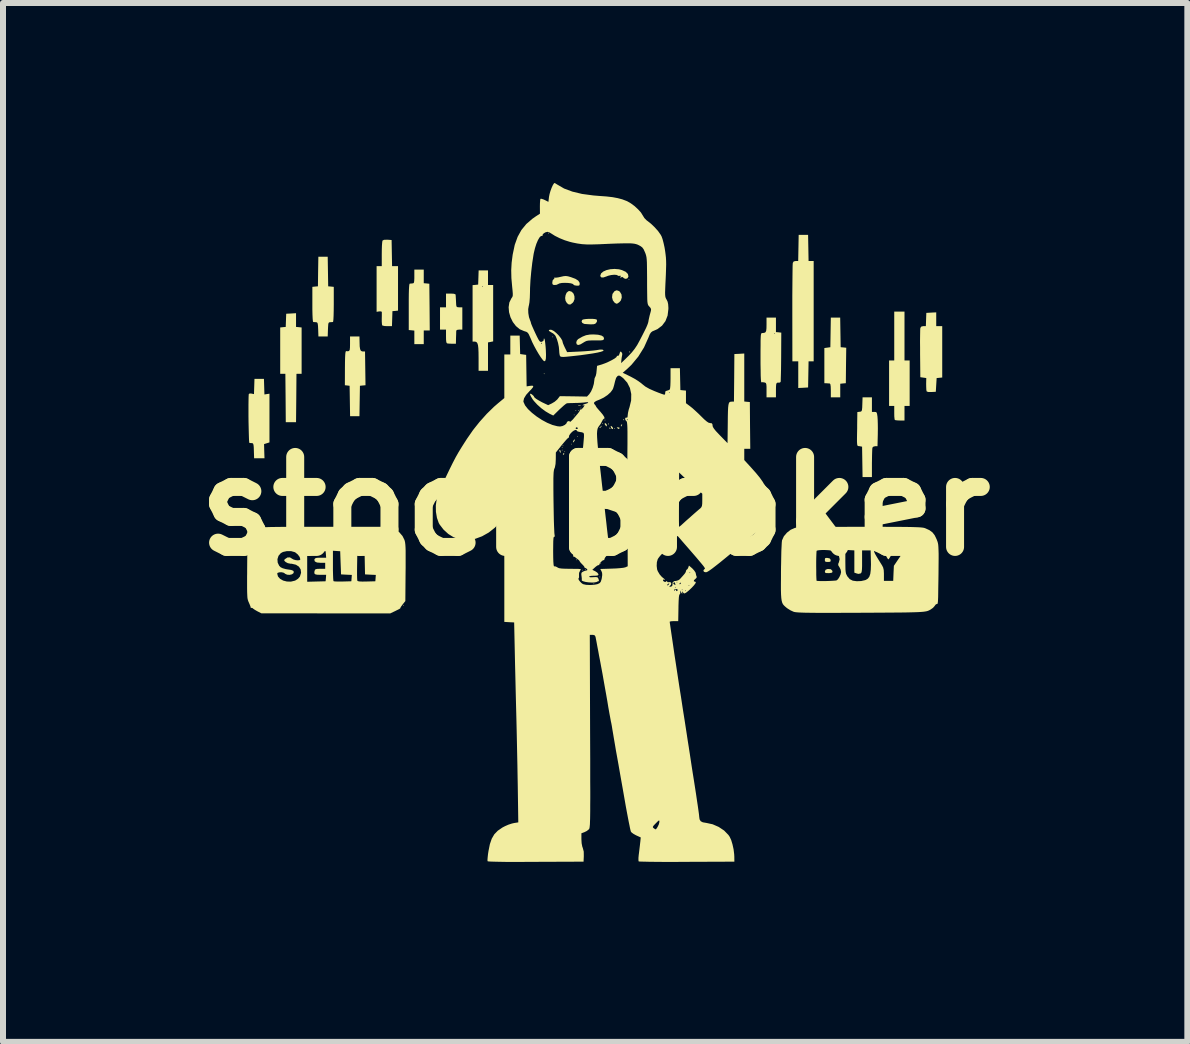
<source format=kicad_pcb>
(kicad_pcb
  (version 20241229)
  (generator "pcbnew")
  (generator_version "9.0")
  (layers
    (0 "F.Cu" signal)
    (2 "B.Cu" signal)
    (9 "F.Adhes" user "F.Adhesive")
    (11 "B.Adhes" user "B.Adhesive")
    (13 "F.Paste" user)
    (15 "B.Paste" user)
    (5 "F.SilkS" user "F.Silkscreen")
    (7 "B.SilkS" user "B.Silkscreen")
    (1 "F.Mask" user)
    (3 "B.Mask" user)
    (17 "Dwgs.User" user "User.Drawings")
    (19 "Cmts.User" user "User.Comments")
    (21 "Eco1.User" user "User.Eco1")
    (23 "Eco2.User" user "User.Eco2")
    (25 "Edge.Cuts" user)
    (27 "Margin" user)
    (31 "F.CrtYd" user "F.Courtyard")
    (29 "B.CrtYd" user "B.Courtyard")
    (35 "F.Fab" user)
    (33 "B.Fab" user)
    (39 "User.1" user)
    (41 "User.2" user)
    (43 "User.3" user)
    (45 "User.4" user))
  (footprint "stockBroker"
    (layer "F.Cu")
    (at 6.871 5.389)
    (property "Reference" "stockBroker" (at 0 0 0) (layer "F.SilkS") (effects (font (size 1.5 1.5) (thickness 0.3))))
    (attr board_only exclude_from_pos_files exclude_from_bom)
    (fp_poly (pts (xy -3.186 1.651) (xy -3.193 1.658) (xy -3.2 1.651) (xy -3.193 1.644)) (stroke (width 0) (type solid)) (fill yes) (layer "F.SilkS"))
    (fp_poly (pts (xy -0.843 -2.208) (xy -0.85 -2.201) (xy -0.857 -2.208) (xy -0.85 -2.216)) (stroke (width 0) (type solid)) (fill yes) (layer "F.SilkS"))
    (fp_poly (pts (xy -0.771 -4.553) (xy -0.779 -4.545) (xy -0.786 -4.553) (xy -0.779 -4.56)) (stroke (width 0) (type solid)) (fill yes) (layer "F.SilkS"))
    (fp_poly (pts (xy -0.7 -2.823) (xy -0.707 -2.816) (xy -0.714 -2.823) (xy -0.707 -2.83)) (stroke (width 0) (type solid)) (fill yes) (layer "F.SilkS"))
    (fp_poly (pts (xy -0.543 -0.979) (xy -0.55 -0.972) (xy -0.557 -0.979) (xy -0.55 -0.986)) (stroke (width 0) (type solid)) (fill yes) (layer "F.SilkS"))
    (fp_poly (pts (xy -0.543 -0.936) (xy -0.55 -0.929) (xy -0.557 -0.936) (xy -0.55 -0.943)) (stroke (width 0) (type solid)) (fill yes) (layer "F.SilkS"))
    (fp_poly (pts (xy -0.529 -1.008) (xy -0.536 -1.001) (xy -0.543 -1.008) (xy -0.536 -1.015)) (stroke (width 0) (type solid)) (fill yes) (layer "F.SilkS"))
    (fp_poly (pts (xy -0.5 -0.908) (xy -0.507 -0.901) (xy -0.514 -0.908) (xy -0.507 -0.915)) (stroke (width 0) (type solid)) (fill yes) (layer "F.SilkS"))
    (fp_poly (pts (xy -0.386 -1.036) (xy -0.393 -1.029) (xy -0.4 -1.036) (xy -0.393 -1.043)) (stroke (width 0) (type solid)) (fill yes) (layer "F.SilkS"))
    (fp_poly (pts (xy -0.343 -1.522) (xy -0.35 -1.515) (xy -0.357 -1.522) (xy -0.35 -1.529)) (stroke (width 0) (type solid)) (fill yes) (layer "F.SilkS"))
    (fp_poly (pts (xy -0.314 -1.594) (xy -0.321 -1.587) (xy -0.329 -1.594) (xy -0.321 -1.601)) (stroke (width 0) (type solid)) (fill yes) (layer "F.SilkS"))
    (fp_poly (pts (xy -0.3 0.893) (xy -0.307 0.901) (xy -0.314 0.893) (xy -0.307 0.886)) (stroke (width 0) (type solid)) (fill yes) (layer "F.SilkS"))
    (fp_poly (pts (xy -0.286 -1.165) (xy -0.293 -1.158) (xy -0.3 -1.165) (xy -0.293 -1.172)) (stroke (width 0) (type solid)) (fill yes) (layer "F.SilkS"))
    (fp_poly (pts (xy -0.271 -1.594) (xy -0.279 -1.587) (xy -0.286 -1.594) (xy -0.279 -1.601)) (stroke (width 0) (type solid)) (fill yes) (layer "F.SilkS"))
    (fp_poly (pts (xy -0.229 -1.637) (xy -0.236 -1.629) (xy -0.243 -1.637) (xy -0.236 -1.644)) (stroke (width 0) (type solid)) (fill yes) (layer "F.SilkS"))
    (fp_poly (pts (xy -0.2 1.065) (xy -0.207 1.072) (xy -0.214 1.065) (xy -0.207 1.058)) (stroke (width 0) (type solid)) (fill yes) (layer "F.SilkS"))
    (fp_poly (pts (xy -0.157 1.051) (xy -0.164 1.058) (xy -0.171 1.051) (xy -0.164 1.043)) (stroke (width 0) (type solid)) (fill yes) (layer "F.SilkS"))
    (fp_poly (pts (xy -0.014 1.294) (xy -0.021 1.301) (xy -0.029 1.294) (xy -0.021 1.286)) (stroke (width 0) (type solid)) (fill yes) (layer "F.SilkS"))
    (fp_poly (pts (xy 0.086 1.179) (xy 0.079 1.186) (xy 0.071 1.179) (xy 0.079 1.172)) (stroke (width 0) (type solid)) (fill yes) (layer "F.SilkS"))
    (fp_poly (pts (xy 0.1 0.951) (xy 0.093 0.958) (xy 0.086 0.951) (xy 0.093 0.943)) (stroke (width 0) (type solid)) (fill yes) (layer "F.SilkS"))
    (fp_poly (pts (xy 0.129 -1.379) (xy 0.121 -1.372) (xy 0.114 -1.379) (xy 0.121 -1.386)) (stroke (width 0) (type solid)) (fill yes) (layer "F.SilkS"))
    (fp_poly (pts (xy 0.171 -1.437) (xy 0.164 -1.429) (xy 0.157 -1.437) (xy 0.164 -1.444)) (stroke (width 0) (type solid)) (fill yes) (layer "F.SilkS"))
    (fp_poly (pts (xy 0.329 -1.294) (xy 0.321 -1.286) (xy 0.314 -1.294) (xy 0.321 -1.301)) (stroke (width 0) (type solid)) (fill yes) (layer "F.SilkS"))
    (fp_poly (pts (xy 0.571 -3.781) (xy 0.564 -3.774) (xy 0.557 -3.781) (xy 0.564 -3.788)) (stroke (width 0) (type solid)) (fill yes) (layer "F.SilkS"))
    (fp_poly (pts (xy 0.224 -1.382) (xy 0.226 -1.365) (xy 0.224 -1.363) (xy 0.215 -1.365) (xy 0.214 -1.372) (xy 0.22 -1.384)) (stroke (width 0) (type solid)) (fill yes) (layer "F.SilkS"))
    (fp_poly (pts (xy 0.481 -1.453) (xy 0.483 -1.436) (xy 0.481 -1.434) (xy 0.472 -1.436) (xy 0.471 -1.444) (xy 0.477 -1.455)) (stroke (width 0) (type solid)) (fill yes) (layer "F.SilkS"))
    (fp_poly (pts (xy 0.509 0.582) (xy 0.511 0.612) (xy 0.509 0.618) (xy 0.504 0.62) (xy 0.502 0.6) (xy 0.504 0.58)) (stroke (width 0) (type solid)) (fill yes) (layer "F.SilkS"))
    (fp_poly (pts (xy 0.581 -2.582) (xy 0.583 -2.565) (xy 0.581 -2.563) (xy 0.572 -2.565) (xy 0.571 -2.573) (xy 0.577 -2.585)) (stroke (width 0) (type solid)) (fill yes) (layer "F.SilkS"))
    (fp_poly (pts (xy 0.241 -1.309) (xy 0.256 -1.295) (xy 0.253 -1.287) (xy 0.251 -1.286) (xy 0.239 -1.297) (xy 0.234 -1.303) (xy 0.233 -1.313)) (stroke (width 0) (type solid)) (fill yes) (layer "F.SilkS"))
    (fp_poly (pts (xy 0.451 -1.363) (xy 0.448 -1.352) (xy 0.437 -1.331) (xy 0.429 -1.335) (xy 0.429 -1.343) (xy 0.439 -1.362) (xy 0.443 -1.365)) (stroke (width 0) (type solid)) (fill yes) (layer "F.SilkS"))
    (fp_poly (pts (xy -0.583 -0.936) (xy -0.577 -0.923) (xy -0.573 -0.899) (xy -0.575 -0.892) (xy -0.585 -0.897) (xy -0.591 -0.909) (xy -0.596 -0.933) (xy -0.594 -0.94)) (stroke (width 0) (type solid)) (fill yes) (layer "F.SilkS"))
    (fp_poly (pts (xy -0.514 -0.875) (xy -0.514 -0.872) (xy -0.525 -0.858) (xy -0.529 -0.858) (xy -0.538 -0.866) (xy -0.536 -0.872) (xy -0.523 -0.886) (xy -0.521 -0.886)) (stroke (width 0) (type solid)) (fill yes) (layer "F.SilkS"))
    (fp_poly (pts (xy -0.338 -1.114) (xy -0.34 -1.099) (xy -0.351 -1.08) (xy -0.366 -1.064) (xy -0.371 -1.066) (xy -0.365 -1.088) (xy -0.351 -1.108) (xy -0.339 -1.115)) (stroke (width 0) (type solid)) (fill yes) (layer "F.SilkS"))
    (fp_poly (pts (xy -0.239 -1.682) (xy -0.239 -1.677) (xy -0.261 -1.675) (xy -0.264 -1.675) (xy -0.286 -1.677) (xy -0.284 -1.682) (xy -0.282 -1.682) (xy -0.251 -1.684)) (stroke (width 0) (type solid)) (fill yes) (layer "F.SilkS"))
    (fp_poly (pts (xy 0.11 -1.336) (xy 0.102 -1.326) (xy 0.081 -1.304) (xy 0.072 -1.304) (xy 0.071 -1.306) (xy 0.081 -1.318) (xy 0.096 -1.331) (xy 0.113 -1.344)) (stroke (width 0) (type solid)) (fill yes) (layer "F.SilkS"))
    (fp_poly (pts (xy 0.19 -1.366) (xy 0.194 -1.354) (xy 0.195 -1.332) (xy 0.186 -1.335) (xy 0.174 -1.346) (xy 0.159 -1.369) (xy 0.161 -1.383) (xy 0.174 -1.383)) (stroke (width 0) (type solid)) (fill yes) (layer "F.SilkS"))
    (fp_poly (pts (xy 0.279 -1.329) (xy 0.297 -1.307) (xy 0.298 -1.29) (xy 0.287 -1.286) (xy 0.272 -1.298) (xy 0.266 -1.309) (xy 0.258 -1.336) (xy 0.265 -1.339)) (stroke (width 0) (type solid)) (fill yes) (layer "F.SilkS"))
    (fp_poly (pts (xy 0.405 -1.31) (xy 0.407 -1.301) (xy 0.398 -1.289) (xy 0.386 -1.291) (xy 0.371 -1.301) (xy 0.36 -1.311) (xy 0.375 -1.315) (xy 0.383 -1.315)) (stroke (width 0) (type solid)) (fill yes) (layer "F.SilkS"))
    (fp_poly (pts (xy 3.875 0.862) (xy 3.91 0.87) (xy 3.924 0.889) (xy 3.926 0.897) (xy 3.925 0.919) (xy 3.91 0.927) (xy 3.88 0.929) (xy 3.845 0.927) (xy 3.831 0.915) (xy 3.829 0.894) (xy 3.832 0.869) (xy 3.849 0.861)) (stroke (width 0) (type solid)) (fill yes) (layer "F.SilkS"))
    (fp_poly (pts (xy 3.929 1.05) (xy 3.953 1.074) (xy 3.957 1.097) (xy 3.943 1.109) (xy 3.903 1.115) (xy 3.892 1.115) (xy 3.852 1.114) (xy 3.834 1.107) (xy 3.83 1.092) (xy 3.831 1.083) (xy 3.842 1.059) (xy 3.869 1.048) (xy 3.884 1.046)) (stroke (width 0) (type solid)) (fill yes) (layer "F.SilkS"))
    (fp_poly (pts (xy -0.389 -3.575) (xy -0.36 -3.544) (xy -0.345 -3.5) (xy -0.344 -3.452) (xy -0.361 -3.408) (xy -0.376 -3.39) (xy -0.41 -3.364) (xy -0.439 -3.363) (xy -0.47 -3.386) (xy -0.471 -3.388) (xy -0.493 -3.425) (xy -0.5 -3.471) (xy -0.493 -3.518) (xy -0.476 -3.558) (xy -0.448 -3.583) (xy -0.428 -3.588)) (stroke (width 0) (type solid)) (fill yes) (layer "F.SilkS"))
    (fp_poly (pts (xy 0.399 -3.587) (xy 0.414 -3.573) (xy 0.439 -3.531) (xy 0.444 -3.48) (xy 0.429 -3.431) (xy 0.405 -3.403) (xy 0.375 -3.381) (xy 0.355 -3.376) (xy 0.334 -3.387) (xy 0.324 -3.394) (xy 0.295 -3.432) (xy 0.282 -3.483) (xy 0.288 -3.534) (xy 0.293 -3.545) (xy 0.324 -3.586) (xy 0.36 -3.6)) (stroke (width 0) (type solid)) (fill yes) (layer "F.SilkS"))
    (fp_poly (pts (xy -0.047 -3.124) (xy -0.002 -3.12) (xy 0.025 -3.112) (xy 0.028 -3.11) (xy 0.032 -3.084) (xy 0.02 -3.061) (xy 0.002 -3.042) (xy -0.026 -3.034) (xy -0.071 -3.032) (xy -0.076 -3.032) (xy -0.126 -3.035) (xy -0.168 -3.038) (xy -0.183 -3.04) (xy -0.214 -3.056) (xy -0.226 -3.081) (xy -0.216 -3.106) (xy -0.193 -3.115) (xy -0.151 -3.121) (xy -0.099 -3.124)) (stroke (width 0) (type solid)) (fill yes) (layer "F.SilkS"))
    (fp_poly (pts (xy -4.986 -3.103) (xy -4.986 -2.989) (xy -4.939 -2.985) (xy -4.893 -2.98) (xy -4.893 -2.594) (xy -4.893 -2.208) (xy -4.936 -2.208) (xy -4.979 -2.207) (xy -4.982 -1.804) (xy -4.986 -1.401) (xy -5.071 -1.401) (xy -5.157 -1.401) (xy -5.16 -1.805) (xy -5.164 -2.208) (xy -5.207 -2.208) (xy -5.25 -2.208) (xy -5.25 -2.594) (xy -5.25 -2.98) (xy -5.204 -2.985) (xy -5.158 -2.989) (xy -5.154 -3.099) (xy -5.15 -3.209) (xy -5.068 -3.213) (xy -4.986 -3.218)) (stroke (width 0) (type solid)) (fill yes) (layer "F.SilkS"))
    (fp_poly (pts (xy 0.049 -2.859) (xy 0.106 -2.845) (xy 0.14 -2.823) (xy 0.148 -2.793) (xy 0.147 -2.789) (xy 0.141 -2.777) (xy 0.127 -2.769) (xy 0.098 -2.765) (xy 0.051 -2.764) (xy 0.002 -2.764) (xy -0.064 -2.764) (xy -0.109 -2.762) (xy -0.142 -2.756) (xy -0.169 -2.744) (xy -0.197 -2.727) (xy -0.248 -2.697) (xy -0.282 -2.688) (xy -0.305 -2.697) (xy -0.315 -2.724) (xy -0.307 -2.758) (xy -0.284 -2.786) (xy -0.282 -2.787) (xy -0.212 -2.827) (xy -0.152 -2.851) (xy -0.088 -2.862) (xy -0.028 -2.864)) (stroke (width 0) (type solid)) (fill yes) (layer "F.SilkS"))
    (fp_poly (pts (xy 4.089 -2.898) (xy 4.093 -2.651) (xy 4.14 -2.647) (xy 4.186 -2.642) (xy 4.182 -2.347) (xy 4.179 -2.051) (xy 4.132 -2.047) (xy 4.086 -2.042) (xy 4.086 -1.929) (xy 4.086 -1.815) (xy 4.007 -1.815) (xy 3.929 -1.815) (xy 3.929 -1.93) (xy 3.927 -1.993) (xy 3.922 -2.031) (xy 3.912 -2.046) (xy 3.911 -2.046) (xy 3.883 -2.048) (xy 3.857 -2.05) (xy 3.821 -2.051) (xy 3.821 -2.344) (xy 3.821 -2.637) (xy 3.871 -2.644) (xy 3.921 -2.651) (xy 3.925 -2.898) (xy 3.929 -3.145) (xy 4.007 -3.145) (xy 4.085 -3.145)) (stroke (width 0) (type solid)) (fill yes) (layer "F.SilkS"))
    (fp_poly (pts (xy 5.157 -2.837) (xy 5.157 -2.43) (xy 5.2 -2.43) (xy 5.243 -2.43) (xy 5.243 -2.051) (xy 5.243 -1.672) (xy 5.2 -1.672) (xy 5.157 -1.672) (xy 5.157 -1.551) (xy 5.157 -1.429) (xy 5.081 -1.429) (xy 5.036 -1.431) (xy 5.005 -1.435) (xy 4.995 -1.439) (xy 4.991 -1.457) (xy 4.987 -1.496) (xy 4.986 -1.548) (xy 4.986 -1.56) (xy 4.986 -1.672) (xy 4.943 -1.672) (xy 4.9 -1.672) (xy 4.9 -2.051) (xy 4.9 -2.43) (xy 4.943 -2.43) (xy 4.986 -2.43) (xy 4.986 -2.837) (xy 4.986 -3.245) (xy 5.071 -3.245) (xy 5.157 -3.245)) (stroke (width 0) (type solid)) (fill yes) (layer "F.SilkS"))
    (fp_poly (pts (xy -2.857 -3.832) (xy -2.857 -3.718) (xy -2.811 -3.714) (xy -2.764 -3.709) (xy -2.76 -3.32) (xy -2.757 -2.93) (xy -2.807 -2.93) (xy -2.857 -2.93) (xy -2.857 -2.816) (xy -2.857 -2.702) (xy -2.936 -2.702) (xy -3.014 -2.702) (xy -3.014 -2.815) (xy -3.014 -2.928) (xy -3.061 -2.933) (xy -3.107 -2.937) (xy -3.107 -3.323) (xy -3.107 -3.444) (xy -3.106 -3.539) (xy -3.104 -3.61) (xy -3.101 -3.66) (xy -3.098 -3.692) (xy -3.093 -3.708) (xy -3.089 -3.711) (xy -3.06 -3.713) (xy -3.043 -3.715) (xy -3.029 -3.718) (xy -3.02 -3.73) (xy -3.016 -3.756) (xy -3.014 -3.802) (xy -3.014 -3.831) (xy -3.014 -3.945) (xy -2.936 -3.945) (xy -2.857 -3.945)) (stroke (width 0) (type solid)) (fill yes) (layer "F.SilkS"))
    (fp_poly (pts (xy 0.396 -3.95) (xy 0.446 -3.937) (xy 0.51 -3.908) (xy 0.546 -3.872) (xy 0.555 -3.83) (xy 0.555 -3.828) (xy 0.539 -3.8) (xy 0.511 -3.79) (xy 0.48 -3.8) (xy 0.472 -3.809) (xy 0.452 -3.823) (xy 0.433 -3.815) (xy 0.42 -3.806) (xy 0.422 -3.82) (xy 0.424 -3.824) (xy 0.427 -3.843) (xy 0.411 -3.841) (xy 0.41 -3.841) (xy 0.386 -3.84) (xy 0.378 -3.846) (xy 0.357 -3.856) (xy 0.317 -3.859) (xy 0.267 -3.854) (xy 0.217 -3.842) (xy 0.189 -3.831) (xy 0.136 -3.813) (xy 0.102 -3.815) (xy 0.086 -3.836) (xy 0.086 -3.844) (xy 0.099 -3.881) (xy 0.135 -3.912) (xy 0.188 -3.936) (xy 0.253 -3.951) (xy 0.324 -3.956)) (stroke (width 0) (type solid)) (fill yes) (layer "F.SilkS"))
    (fp_poly (pts (xy 3.554 -4.306) (xy 3.558 -4.088) (xy 3.6 -4.088) (xy 3.643 -4.088) (xy 3.643 -3.252) (xy 3.643 -2.416) (xy 3.6 -2.416) (xy 3.558 -2.416) (xy 3.554 -2.198) (xy 3.55 -1.98) (xy 3.468 -1.975) (xy 3.386 -1.971) (xy 3.386 -2.193) (xy 3.386 -2.416) (xy 3.337 -2.416) (xy 3.288 -2.416) (xy 3.287 -3.22) (xy 3.287 -3.37) (xy 3.287 -3.511) (xy 3.288 -3.643) (xy 3.289 -3.761) (xy 3.29 -3.863) (xy 3.291 -3.946) (xy 3.292 -4.008) (xy 3.294 -4.045) (xy 3.295 -4.056) (xy 3.31 -4.081) (xy 3.344 -4.088) (xy 3.344 -4.088) (xy 3.385 -4.088) (xy 3.389 -4.306) (xy 3.393 -4.524) (xy 3.471 -4.524) (xy 3.55 -4.524)) (stroke (width 0) (type solid)) (fill yes) (layer "F.SilkS"))
    (fp_poly (pts (xy -3.927 -2.734) (xy -3.925 -2.664) (xy -3.918 -2.619) (xy -3.906 -2.593) (xy -3.887 -2.582) (xy -3.871 -2.58) (xy -3.836 -2.58) (xy -3.832 -2.299) (xy -3.828 -2.017) (xy -3.875 -2.013) (xy -3.921 -2.008) (xy -3.925 -1.755) (xy -3.929 -1.501) (xy -4.007 -1.501) (xy -4.085 -1.501) (xy -4.089 -1.755) (xy -4.093 -2.008) (xy -4.133 -2.013) (xy -4.172 -2.017) (xy -4.171 -2.303) (xy -4.17 -2.407) (xy -4.168 -2.485) (xy -4.165 -2.54) (xy -4.16 -2.572) (xy -4.154 -2.585) (xy -4.152 -2.586) (xy -4.121 -2.583) (xy -4.102 -2.589) (xy -4.091 -2.608) (xy -4.087 -2.645) (xy -4.086 -2.705) (xy -4.086 -2.709) (xy -4.086 -2.83) (xy -4.007 -2.83) (xy -3.929 -2.83)) (stroke (width 0) (type solid)) (fill yes) (layer "F.SilkS"))
    (fp_poly (pts (xy -0.452 -3.833) (xy -0.401 -3.818) (xy -0.329 -3.791) (xy -0.283 -3.762) (xy -0.261 -3.73) (xy -0.257 -3.707) (xy -0.261 -3.685) (xy -0.277 -3.677) (xy -0.307 -3.677) (xy -0.34 -3.682) (xy -0.357 -3.689) (xy -0.357 -3.691) (xy -0.37 -3.705) (xy -0.404 -3.716) (xy -0.451 -3.722) (xy -0.504 -3.724) (xy -0.555 -3.722) (xy -0.596 -3.714) (xy -0.62 -3.702) (xy -0.644 -3.691) (xy -0.674 -3.688) (xy -0.703 -3.692) (xy -0.713 -3.709) (xy -0.714 -3.731) (xy -0.708 -3.766) (xy -0.693 -3.783) (xy -0.679 -3.797) (xy -0.681 -3.806) (xy -0.681 -3.814) (xy -0.675 -3.811) (xy -0.654 -3.81) (xy -0.615 -3.815) (xy -0.575 -3.824) (xy -0.526 -3.835) (xy -0.489 -3.838)) (stroke (width 0) (type solid)) (fill yes) (layer "F.SilkS"))
    (fp_poly (pts (xy -1.786 -3.809) (xy -1.786 -3.688) (xy -1.743 -3.688) (xy -1.7 -3.688) (xy -1.7 -3.218) (xy -1.7 -2.748) (xy -1.743 -2.739) (xy -1.786 -2.731) (xy -1.786 -2.495) (xy -1.786 -2.258) (xy -1.864 -2.258) (xy -1.943 -2.258) (xy -1.943 -2.465) (xy -1.944 -2.563) (xy -1.947 -2.635) (xy -1.953 -2.686) (xy -1.964 -2.719) (xy -1.979 -2.737) (xy -2 -2.744) (xy -2.007 -2.744) (xy -2.043 -2.744) (xy -2.043 -3.215) (xy -2.043 -3.666) (xy -1.886 -3.666) (xy -1.879 -3.659) (xy -1.871 -3.666) (xy -1.879 -3.673) (xy -1.886 -3.666) (xy -2.043 -3.666) (xy -2.043 -3.686) (xy -1.996 -3.69) (xy -1.95 -3.695) (xy -1.946 -3.813) (xy -1.942 -3.931) (xy -1.864 -3.931) (xy -1.786 -3.931)) (stroke (width 0) (type solid)) (fill yes) (layer "F.SilkS"))
    (fp_poly (pts (xy 5.686 -3.117) (xy 5.686 -3.002) (xy 5.736 -3.002) (xy 5.786 -3.002) (xy 5.786 -2.574) (xy 5.786 -2.146) (xy 5.739 -2.141) (xy 5.693 -2.137) (xy 5.686 -2.023) (xy 5.679 -1.908) (xy 5.605 -1.904) (xy 5.556 -1.904) (xy 5.53 -1.912) (xy 5.525 -1.919) (xy 5.521 -1.943) (xy 5.519 -1.986) (xy 5.518 -2.038) (xy 5.52 -2.137) (xy 5.471 -2.144) (xy 5.421 -2.151) (xy 5.417 -2.544) (xy 5.417 -2.649) (xy 5.416 -2.746) (xy 5.417 -2.83) (xy 5.418 -2.898) (xy 5.419 -2.946) (xy 5.421 -2.969) (xy 5.421 -2.97) (xy 5.435 -2.994) (xy 5.467 -3.002) (xy 5.471 -3.002) (xy 5.513 -3.002) (xy 5.517 -3.112) (xy 5.521 -3.223) (xy 5.604 -3.228) (xy 5.686 -3.232)) (stroke (width 0) (type solid)) (fill yes) (layer "F.SilkS"))
    (fp_poly (pts (xy -3.463 -4.443) (xy -3.393 -4.438) (xy -3.389 -4.22) (xy -3.385 -4.002) (xy -3.335 -4.002) (xy -3.286 -4.002) (xy -3.286 -3.632) (xy -3.286 -3.261) (xy -3.332 -3.256) (xy -3.379 -3.252) (xy -3.383 -3.127) (xy -3.387 -3.002) (xy -3.464 -3.002) (xy -3.509 -3.004) (xy -3.541 -3.011) (xy -3.55 -3.016) (xy -3.554 -3.037) (xy -3.557 -3.077) (xy -3.557 -3.127) (xy -3.556 -3.178) (xy -3.556 -3.218) (xy -3.556 -3.239) (xy -3.569 -3.248) (xy -3.6 -3.248) (xy -3.643 -3.241) (xy -3.643 -3.622) (xy -3.643 -4.002) (xy -3.6 -4.002) (xy -3.557 -4.002) (xy -3.557 -4.206) (xy -3.556 -4.281) (xy -3.554 -4.346) (xy -3.55 -4.395) (xy -3.546 -4.424) (xy -3.545 -4.428) (xy -3.52 -4.441) (xy -3.47 -4.443)) (stroke (width 0) (type solid)) (fill yes) (layer "F.SilkS"))
    (fp_poly (pts (xy -5.517 -1.993) (xy -5.513 -1.863) (xy -5.471 -1.87) (xy -5.429 -1.876) (xy -5.429 -1.47) (xy -5.429 -1.064) (xy -5.474 -1.05) (xy -5.519 -1.036) (xy -5.516 -0.918) (xy -5.512 -0.8) (xy -5.599 -0.8) (xy -5.685 -0.8) (xy -5.689 -0.926) (xy -5.691 -0.986) (xy -5.695 -1.023) (xy -5.702 -1.043) (xy -5.712 -1.051) (xy -5.721 -1.052) (xy -5.752 -1.054) (xy -5.764 -1.056) (xy -5.767 -1.07) (xy -5.77 -1.108) (xy -5.772 -1.166) (xy -5.774 -1.239) (xy -5.776 -1.324) (xy -5.778 -1.415) (xy -5.779 -1.509) (xy -5.779 -1.6) (xy -5.779 -1.685) (xy -5.778 -1.76) (xy -5.777 -1.819) (xy -5.775 -1.858) (xy -5.774 -1.869) (xy -5.759 -1.88) (xy -5.729 -1.878) (xy -5.687 -1.869) (xy -5.683 -1.996) (xy -5.679 -2.123) (xy -5.6 -2.123) (xy -5.521 -2.123)) (stroke (width 0) (type solid)) (fill yes) (layer "F.SilkS"))
    (fp_poly (pts (xy -4.454 -3.913) (xy -4.45 -3.666) (xy -4.404 -3.662) (xy -4.357 -3.657) (xy -4.357 -3.365) (xy -4.358 -3.259) (xy -4.36 -3.175) (xy -4.363 -3.115) (xy -4.367 -3.08) (xy -4.371 -3.071) (xy -4.396 -3.069) (xy -4.418 -3.068) (xy -4.434 -3.065) (xy -4.444 -3.055) (xy -4.449 -3.032) (xy -4.452 -2.99) (xy -4.454 -2.948) (xy -4.458 -2.83) (xy -4.536 -2.83) (xy -4.613 -2.83) (xy -4.617 -2.948) (xy -4.62 -3.006) (xy -4.624 -3.041) (xy -4.631 -3.059) (xy -4.642 -3.066) (xy -4.654 -3.068) (xy -4.686 -3.07) (xy -4.7 -3.071) (xy -4.705 -3.086) (xy -4.709 -3.128) (xy -4.712 -3.194) (xy -4.714 -3.284) (xy -4.714 -3.365) (xy -4.714 -3.657) (xy -4.668 -3.662) (xy -4.621 -3.666) (xy -4.618 -3.913) (xy -4.614 -4.159) (xy -4.536 -4.159) (xy -4.458 -4.159)) (stroke (width 0) (type solid)) (fill yes) (layer "F.SilkS"))
    (fp_poly (pts (xy -2.354 -3.542) (xy -2.329 -3.532) (xy -2.326 -3.527) (xy -2.324 -3.499) (xy -2.321 -3.45) (xy -2.318 -3.389) (xy -2.316 -3.355) (xy -2.311 -3.329) (xy -2.295 -3.318) (xy -2.264 -3.316) (xy -2.214 -3.316) (xy -2.214 -3.13) (xy -2.214 -2.945) (xy -2.264 -2.945) (xy -2.3 -2.94) (xy -2.315 -2.928) (xy -2.315 -2.927) (xy -2.316 -2.904) (xy -2.317 -2.862) (xy -2.319 -2.809) (xy -2.319 -2.809) (xy -2.321 -2.709) (xy -2.379 -2.709) (xy -2.423 -2.71) (xy -2.457 -2.713) (xy -2.462 -2.713) (xy -2.474 -2.72) (xy -2.481 -2.738) (xy -2.485 -2.773) (xy -2.486 -2.831) (xy -2.486 -2.831) (xy -2.486 -2.945) (xy -2.536 -2.945) (xy -2.586 -2.945) (xy -2.586 -3.13) (xy -2.586 -3.316) (xy -2.536 -3.316) (xy -2.486 -3.316) (xy -2.486 -3.431) (xy -2.486 -3.545) (xy -2.407 -3.545)) (stroke (width 0) (type solid)) (fill yes) (layer "F.SilkS"))
    (fp_poly (pts (xy 4.614 -1.694) (xy 4.614 -1.572) (xy 4.656 -1.572) (xy 4.679 -1.571) (xy 4.693 -1.561) (xy 4.7 -1.537) (xy 4.707 -1.491) (xy 4.707 -1.488) (xy 4.71 -1.442) (xy 4.712 -1.376) (xy 4.713 -1.297) (xy 4.712 -1.216) (xy 4.712 -1.203) (xy 4.707 -1.001) (xy 4.669 -1.001) (xy 4.638 -0.993) (xy 4.623 -0.978) (xy 4.62 -0.957) (xy 4.618 -0.912) (xy 4.616 -0.849) (xy 4.615 -0.774) (xy 4.614 -0.721) (xy 4.614 -0.486) (xy 4.536 -0.486) (xy 4.458 -0.486) (xy 4.454 -0.74) (xy 4.45 -0.993) (xy 4.407 -1.001) (xy 4.394 -1.002) (xy 4.383 -1.004) (xy 4.375 -1.009) (xy 4.37 -1.02) (xy 4.367 -1.042) (xy 4.365 -1.077) (xy 4.365 -1.129) (xy 4.366 -1.201) (xy 4.368 -1.297) (xy 4.368 -1.357) (xy 4.371 -1.57) (xy 4.411 -1.575) (xy 4.43 -1.578) (xy 4.442 -1.587) (xy 4.448 -1.606) (xy 4.452 -1.643) (xy 4.454 -1.697) (xy 4.458 -1.815) (xy 4.536 -1.815) (xy 4.614 -1.815)) (stroke (width 0) (type solid)) (fill yes) (layer "F.SilkS"))
    (fp_poly (pts (xy -0.725 -2.94) (xy -0.69 -2.922) (xy -0.648 -2.888) (xy -0.606 -2.846) (xy -0.571 -2.801) (xy -0.548 -2.762) (xy -0.543 -2.741) (xy -0.537 -2.718) (xy -0.521 -2.68) (xy -0.505 -2.645) (xy -0.467 -2.569) (xy -0.251 -2.579) (xy -0.169 -2.584) (xy -0.092 -2.59) (xy -0.026 -2.596) (xy 0.022 -2.602) (xy 0.033 -2.604) (xy 0.078 -2.611) (xy 0.115 -2.611) (xy 0.126 -2.609) (xy 0.142 -2.6) (xy 0.134 -2.591) (xy 0.125 -2.585) (xy 0.093 -2.574) (xy 0.037 -2.561) (xy -0.04 -2.547) (xy -0.135 -2.533) (xy -0.242 -2.518) (xy -0.321 -2.509) (xy -0.413 -2.499) (xy -0.48 -2.492) (xy -0.527 -2.489) (xy -0.557 -2.49) (xy -0.575 -2.494) (xy -0.585 -2.503) (xy -0.59 -2.516) (xy -0.591 -2.519) (xy -0.597 -2.556) (xy -0.6 -2.601) (xy -0.6 -2.602) (xy -0.605 -2.656) (xy -0.618 -2.72) (xy -0.636 -2.782) (xy -0.657 -2.832) (xy -0.668 -2.851) (xy -0.699 -2.88) (xy -0.739 -2.903) (xy -0.739 -2.903) (xy -0.768 -2.921) (xy -0.772 -2.936) (xy -0.751 -2.943)) (stroke (width 0) (type solid)) (fill yes) (layer "F.SilkS"))
    (fp_poly (pts (xy 3.014 -3.024) (xy 3.014 -2.903) (xy 3.059 -2.899) (xy 3.103 -2.894) (xy 3.101 -2.488) (xy 3.1 -2.383) (xy 3.099 -2.287) (xy 3.097 -2.204) (xy 3.095 -2.138) (xy 3.094 -2.092) (xy 3.092 -2.071) (xy 3.091 -2.07) (xy 3.072 -2.06) (xy 3.067 -2.06) (xy 3.042 -2.061) (xy 3.026 -2.053) (xy 3.018 -2.032) (xy 3.015 -1.992) (xy 3.014 -1.937) (xy 3.014 -1.815) (xy 2.936 -1.815) (xy 2.857 -1.815) (xy 2.857 -1.935) (xy 2.857 -1.994) (xy 2.854 -2.03) (xy 2.848 -2.05) (xy 2.837 -2.059) (xy 2.821 -2.064) (xy 2.788 -2.068) (xy 2.771 -2.065) (xy 2.767 -2.076) (xy 2.763 -2.115) (xy 2.76 -2.178) (xy 2.759 -2.266) (xy 2.757 -2.376) (xy 2.757 -2.472) (xy 2.757 -2.592) (xy 2.758 -2.686) (xy 2.758 -2.758) (xy 2.76 -2.81) (xy 2.762 -2.846) (xy 2.766 -2.869) (xy 2.77 -2.88) (xy 2.986 -2.88) (xy 2.993 -2.873) (xy 3 -2.88) (xy 2.993 -2.887) (xy 2.986 -2.88) (xy 2.77 -2.88) (xy 2.771 -2.881) (xy 2.777 -2.886) (xy 2.785 -2.887) (xy 2.818 -2.89) (xy 2.839 -2.9) (xy 2.851 -2.924) (xy 2.856 -2.966) (xy 2.857 -3.025) (xy 2.857 -3.145) (xy 2.936 -3.145) (xy 3.014 -3.145)) (stroke (width 0) (type solid)) (fill yes) (layer "F.SilkS"))
    (fp_poly (pts (xy -4.485 0.343) (xy -3.421 0.343) (xy -3.349 0.377) (xy -3.27 0.428) (xy -3.211 0.497) (xy -3.179 0.561) (xy -3.173 0.581) (xy -3.168 0.605) (xy -3.164 0.638) (xy -3.161 0.681) (xy -3.159 0.738) (xy -3.159 0.812) (xy -3.159 0.907) (xy -3.159 1.026) (xy -3.16 1.102) (xy -3.164 1.581) (xy -3.212 1.641) (xy -3.236 1.674) (xy -3.248 1.696) (xy -3.248 1.701) (xy -3.253 1.706) (xy -3.28 1.721) (xy -3.321 1.741) (xy -3.326 1.744) (xy -3.417 1.787) (xy -4.491 1.786) (xy -5.564 1.785) (xy -5.631 1.751) (xy -5.671 1.728) (xy -5.699 1.709) (xy -5.707 1.701) (xy -5.724 1.693) (xy -5.73 1.695) (xy -5.741 1.695) (xy -5.741 1.691) (xy -5.745 1.673) (xy -5.759 1.637) (xy -5.771 1.609) (xy -5.78 1.589) (xy -5.787 1.569) (xy -5.793 1.547) (xy -5.797 1.519) (xy -5.799 1.481) (xy -5.801 1.43) (xy -5.802 1.364) (xy -5.802 1.278) (xy -5.802 1.169) (xy -5.801 1.123) (xy -5.3 1.123) (xy -5.287 1.171) (xy -5.252 1.21) (xy -5.201 1.239) (xy -5.139 1.255) (xy -5.072 1.257) (xy -5.006 1.241) (xy -4.991 1.234) (xy -4.952 1.208) (xy -4.923 1.174) (xy -4.921 1.171) (xy -4.902 1.109) (xy -4.909 1.053) (xy -4.938 1.007) (xy -4.988 0.975) (xy -5.056 0.959) (xy -5.079 0.958) (xy -5.123 0.949) (xy -5.159 0.93) (xy -5.181 0.909) (xy -5.182 0.894) (xy -5.171 0.882) (xy -5.129 0.854) (xy -5.087 0.853) (xy -5.058 0.871) (xy -5.031 0.887) (xy -4.994 0.898) (xy -4.956 0.902) (xy -4.926 0.898) (xy -4.914 0.886) (xy -4.926 0.846) (xy -4.956 0.805) (xy -4.997 0.771) (xy -5.009 0.765) (xy -5.07 0.748) (xy -5.138 0.748) (xy -5.203 0.762) (xy -5.24 0.782) (xy -5.278 0.826) (xy -5.296 0.882) (xy -5.292 0.939) (xy -5.268 0.991) (xy -5.243 1.017) (xy -5.208 1.034) (xy -5.158 1.048) (xy -5.128 1.053) (xy -5.068 1.062) (xy -5.034 1.075) (xy -5.023 1.094) (xy -5.029 1.116) (xy -5.054 1.135) (xy -5.093 1.144) (xy -5.134 1.141) (xy -5.167 1.127) (xy -5.171 1.122) (xy -5.196 1.107) (xy -5.231 1.1) (xy -5.267 1.102) (xy -5.293 1.111) (xy -5.3 1.123) (xy -5.801 1.123) (xy -5.801 1.066) (xy -5.8 0.935) (xy -5.799 0.83) (xy -5.798 0.746) (xy -5.798 0.742) (xy -4.8 0.742) (xy -4.8 1.001) (xy -4.8 1.259) (xy -4.646 1.255) (xy -4.493 1.251) (xy -4.488 1.197) (xy -4.484 1.143) (xy -4.577 1.143) (xy -4.634 1.142) (xy -4.667 1.134) (xy -4.681 1.118) (xy -4.68 1.091) (xy -4.677 1.08) (xy -4.67 1.059) (xy -4.656 1.049) (xy -4.627 1.044) (xy -4.584 1.043) (xy -4.5 1.043) (xy -4.5 0.993) (xy -4.5 0.943) (xy -4.577 0.943) (xy -4.637 0.938) (xy -4.672 0.921) (xy -4.681 0.894) (xy -4.677 0.881) (xy -4.665 0.868) (xy -4.639 0.86) (xy -4.591 0.858) (xy -4.576 0.858) (xy -4.484 0.858) (xy -4.488 0.804) (xy -4.493 0.75) (xy -4.646 0.746) (xy -4.8 0.742) (xy -5.798 0.742) (xy -5.798 0.742) (xy -4.371 0.742) (xy -4.371 0.99) (xy -4.371 1.072) (xy -4.369 1.143) (xy -4.367 1.2) (xy -4.364 1.237) (xy -4.361 1.249) (xy -4.344 1.253) (xy -4.304 1.255) (xy -4.249 1.255) (xy -4.208 1.255) (xy -4.064 1.251) (xy -4.06 1.198) (xy -4.056 1.145) (xy -4.146 1.141) (xy -4.236 1.136) (xy -4.238 1.066) (xy -3.969 1.066) (xy -3.969 1.137) (xy -3.968 1.193) (xy -3.966 1.229) (xy -3.965 1.24) (xy -3.954 1.249) (xy -3.927 1.254) (xy -3.88 1.256) (xy -3.811 1.255) (xy -3.664 1.251) (xy -3.66 1.198) (xy -3.656 1.145) (xy -3.746 1.141) (xy -3.836 1.136) (xy -3.84 0.939) (xy -3.844 0.742) (xy -3.904 0.746) (xy -3.964 0.75) (xy -3.968 0.986) (xy -3.969 1.066) (xy -4.238 1.066) (xy -4.243 0.943) (xy -4.25 0.75) (xy -4.311 0.746) (xy -4.371 0.742) (xy -5.798 0.742) (xy -5.796 0.682) (xy -5.793 0.633) (xy -5.789 0.597) (xy -5.784 0.57) (xy -5.778 0.549) (xy -5.773 0.536) (xy -5.722 0.457) (xy -5.649 0.395) (xy -5.608 0.372) (xy -5.597 0.367) (xy -5.584 0.362) (xy -5.568 0.358) (xy -5.547 0.355) (xy -5.519 0.352) (xy -5.481 0.349) (xy -5.433 0.347) (xy -5.372 0.346) (xy -5.295 0.345) (xy -5.201 0.344) (xy -5.089 0.344) (xy -4.954 0.343) (xy -4.797 0.343) (xy -4.614 0.343)) (stroke (width 0) (type solid)) (fill yes) (layer "F.SilkS"))
    (fp_poly (pts (xy 4.625 0.343) (xy 4.795 0.343) (xy 4.941 0.344) (xy 5.064 0.344) (xy 5.166 0.345) (xy 5.251 0.346) (xy 5.319 0.348) (xy 5.373 0.35) (xy 5.415 0.352) (xy 5.447 0.355) (xy 5.47 0.358) (xy 5.488 0.362) (xy 5.502 0.367) (xy 5.503 0.367) (xy 5.573 0.399) (xy 5.623 0.436) (xy 5.661 0.485) (xy 5.693 0.552) (xy 5.708 0.592) (xy 5.714 0.614) (xy 5.719 0.642) (xy 5.722 0.679) (xy 5.724 0.728) (xy 5.726 0.792) (xy 5.726 0.874) (xy 5.725 0.978) (xy 5.724 1.108) (xy 5.724 1.118) (xy 5.722 1.253) (xy 5.72 1.361) (xy 5.719 1.447) (xy 5.718 1.512) (xy 5.716 1.559) (xy 5.714 1.592) (xy 5.711 1.613) (xy 5.708 1.624) (xy 5.704 1.629) (xy 5.699 1.63) (xy 5.694 1.629) (xy 5.675 1.641) (xy 5.657 1.666) (xy 5.632 1.694) (xy 5.592 1.722) (xy 5.572 1.733) (xy 5.557 1.74) (xy 5.541 1.746) (xy 5.522 1.751) (xy 5.499 1.755) (xy 5.47 1.759) (xy 5.432 1.762) (xy 5.385 1.765) (xy 5.325 1.767) (xy 5.251 1.769) (xy 5.161 1.771) (xy 5.053 1.772) (xy 4.926 1.773) (xy 4.776 1.774) (xy 4.603 1.775) (xy 4.405 1.776) (xy 4.279 1.776) (xy 4.091 1.777) (xy 3.929 1.777) (xy 3.792 1.777) (xy 3.677 1.777) (xy 3.582 1.776) (xy 3.505 1.775) (xy 3.443 1.773) (xy 3.396 1.771) (xy 3.36 1.768) (xy 3.334 1.765) (xy 3.315 1.761) (xy 3.306 1.758) (xy 3.256 1.735) (xy 3.205 1.703) (xy 3.193 1.694) (xy 3.168 1.673) (xy 3.147 1.653) (xy 3.13 1.632) (xy 3.118 1.606) (xy 3.109 1.572) (xy 3.103 1.528) (xy 3.099 1.468) (xy 3.097 1.392) (xy 3.097 1.295) (xy 3.098 1.174) (xy 3.098 1.093) (xy 3.099 1.003) (xy 3.685 1.003) (xy 3.686 1.076) (xy 3.686 1.142) (xy 3.688 1.196) (xy 3.69 1.231) (xy 3.692 1.243) (xy 3.708 1.245) (xy 3.744 1.247) (xy 3.796 1.247) (xy 3.855 1.247) (xy 3.914 1.245) (xy 3.968 1.242) (xy 4.007 1.239) (xy 4.025 1.236) (xy 4.048 1.217) (xy 4.072 1.18) (xy 4.091 1.137) (xy 4.1 1.098) (xy 4.1 1.096) (xy 4.092 1.055) (xy 4.072 1.015) (xy 4.053 0.985) (xy 4.052 0.961) (xy 4.063 0.936) (xy 4.076 0.883) (xy 4.064 0.83) (xy 4.03 0.783) (xy 3.976 0.749) (xy 3.975 0.748) (xy 3.941 0.739) (xy 3.891 0.733) (xy 3.834 0.73) (xy 3.778 0.73) (xy 3.731 0.733) (xy 3.7 0.739) (xy 3.692 0.744) (xy 3.69 0.762) (xy 3.688 0.803) (xy 3.686 0.86) (xy 3.685 0.929) (xy 3.685 1.003) (xy 3.099 1.003) (xy 3.1 0.968) (xy 3.102 0.854) (xy 3.104 0.754) (xy 3.105 0.727) (xy 4.171 0.727) (xy 4.171 0.921) (xy 4.172 1.001) (xy 4.173 1.057) (xy 4.177 1.097) (xy 4.183 1.126) (xy 4.194 1.149) (xy 4.206 1.171) (xy 4.245 1.216) (xy 4.293 1.24) (xy 4.296 1.241) (xy 4.361 1.25) (xy 4.435 1.247) (xy 4.501 1.232) (xy 4.514 1.227) (xy 4.547 1.206) (xy 4.571 1.174) (xy 4.587 1.126) (xy 4.595 1.06) (xy 4.598 0.972) (xy 4.597 0.922) (xy 4.593 0.757) (xy 4.651 0.757) (xy 4.662 0.786) (xy 4.686 0.829) (xy 4.723 0.89) (xy 4.774 0.972) (xy 4.783 0.986) (xy 4.801 1.022) (xy 4.811 1.064) (xy 4.814 1.122) (xy 4.814 1.14) (xy 4.814 1.244) (xy 4.891 1.244) (xy 4.969 1.244) (xy 4.974 1.118) (xy 4.98 0.993) (xy 5.061 0.873) (xy 5.096 0.822) (xy 5.123 0.778) (xy 5.139 0.749) (xy 5.143 0.74) (xy 5.13 0.734) (xy 5.097 0.731) (xy 5.061 0.732) (xy 4.979 0.736) (xy 4.938 0.811) (xy 4.915 0.851) (xy 4.897 0.878) (xy 4.888 0.886) (xy 4.877 0.875) (xy 4.858 0.844) (xy 4.838 0.808) (xy 4.796 0.729) (xy 4.719 0.729) (xy 4.687 0.729) (xy 4.664 0.732) (xy 4.652 0.74) (xy 4.651 0.757) (xy 4.593 0.757) (xy 4.593 0.736) (xy 4.521 0.736) (xy 4.45 0.736) (xy 4.45 0.92) (xy 4.45 0.998) (xy 4.448 1.051) (xy 4.444 1.086) (xy 4.438 1.107) (xy 4.428 1.118) (xy 4.426 1.12) (xy 4.389 1.128) (xy 4.361 1.121) (xy 4.321 1.107) (xy 4.321 0.922) (xy 4.321 0.736) (xy 4.246 0.732) (xy 4.171 0.727) (xy 3.105 0.727) (xy 3.108 0.671) (xy 3.111 0.609) (xy 3.115 0.571) (xy 3.117 0.565) (xy 3.146 0.501) (xy 3.197 0.441) (xy 3.26 0.392) (xy 3.329 0.362) (xy 3.34 0.359) (xy 3.37 0.356) (xy 3.423 0.352) (xy 3.501 0.35) (xy 3.603 0.348) (xy 3.731 0.346) (xy 3.886 0.345) (xy 4.067 0.344) (xy 4.276 0.343) (xy 4.429 0.343)) (stroke (width 0) (type solid)) (fill yes) (layer "F.SilkS"))
    (fp_poly (pts (xy -0.661 -5.381) (xy -0.633 -5.363) (xy -0.629 -5.361) (xy -0.517 -5.296) (xy -0.38 -5.245) (xy -0.218 -5.206) (xy -0.031 -5.181) (xy 0.064 -5.173) (xy 0.189 -5.164) (xy 0.292 -5.152) (xy 0.377 -5.136) (xy 0.452 -5.116) (xy 0.521 -5.09) (xy 0.539 -5.082) (xy 0.597 -5.048) (xy 0.659 -5.002) (xy 0.716 -4.949) (xy 0.764 -4.896) (xy 0.793 -4.849) (xy 0.795 -4.846) (xy 0.82 -4.805) (xy 0.857 -4.767) (xy 0.865 -4.761) (xy 0.929 -4.711) (xy 0.993 -4.65) (xy 1.05 -4.586) (xy 1.093 -4.525) (xy 1.108 -4.497) (xy 1.124 -4.452) (xy 1.141 -4.387) (xy 1.157 -4.314) (xy 1.166 -4.26) (xy 1.174 -4.2) (xy 1.18 -4.146) (xy 1.183 -4.091) (xy 1.184 -4.029) (xy 1.182 -3.955) (xy 1.179 -3.862) (xy 1.176 -3.796) (xy 1.171 -3.696) (xy 1.168 -3.62) (xy 1.166 -3.564) (xy 1.167 -3.524) (xy 1.17 -3.496) (xy 1.175 -3.476) (xy 1.183 -3.459) (xy 1.191 -3.445) (xy 1.208 -3.41) (xy 1.217 -3.369) (xy 1.221 -3.312) (xy 1.221 -3.288) (xy 1.208 -3.179) (xy 1.172 -3.086) (xy 1.115 -3.01) (xy 1.038 -2.952) (xy 0.993 -2.932) (xy 0.955 -2.916) (xy 0.931 -2.897) (xy 0.912 -2.869) (xy 0.893 -2.823) (xy 0.891 -2.817) (xy 0.815 -2.648) (xy 0.719 -2.494) (xy 0.606 -2.358) (xy 0.531 -2.286) (xy 0.46 -2.225) (xy 0.589 -2.162) (xy 0.654 -2.127) (xy 0.717 -2.088) (xy 0.768 -2.051) (xy 0.784 -2.037) (xy 0.837 -1.995) (xy 0.904 -1.957) (xy 0.994 -1.917) (xy 0.995 -1.917) (xy 1.055 -1.893) (xy 1.106 -1.874) (xy 1.142 -1.862) (xy 1.156 -1.858) (xy 1.166 -1.87) (xy 1.168 -1.89) (xy 1.168 -1.894) (xy 1.229 -1.894) (xy 1.236 -1.887) (xy 1.243 -1.894) (xy 1.236 -1.901) (xy 1.229 -1.894) (xy 1.168 -1.894) (xy 1.172 -1.916) (xy 1.197 -1.927) (xy 1.2 -1.927) (xy 1.231 -1.937) (xy 1.246 -1.949) (xy 1.25 -1.969) (xy 1.254 -2.011) (xy 1.256 -2.07) (xy 1.257 -2.133) (xy 1.257 -2.301) (xy 1.335 -2.301) (xy 1.413 -2.301) (xy 1.417 -2.119) (xy 1.421 -1.937) (xy 1.468 -1.932) (xy 1.514 -1.928) (xy 1.514 -1.823) (xy 1.514 -1.718) (xy 1.582 -1.667) (xy 1.621 -1.636) (xy 1.672 -1.59) (xy 1.728 -1.538) (xy 1.764 -1.502) (xy 1.819 -1.448) (xy 1.86 -1.413) (xy 1.89 -1.393) (xy 1.914 -1.387) (xy 1.918 -1.386) (xy 1.946 -1.382) (xy 1.956 -1.363) (xy 1.957 -1.347) (xy 1.962 -1.324) (xy 1.98 -1.294) (xy 2.012 -1.254) (xy 2.063 -1.2) (xy 2.082 -1.18) (xy 2.207 -1.052) (xy 2.211 -1.386) (xy 2.212 -1.496) (xy 2.214 -1.581) (xy 2.217 -1.644) (xy 2.222 -1.688) (xy 2.229 -1.716) (xy 2.238 -1.733) (xy 2.252 -1.741) (xy 2.27 -1.743) (xy 2.282 -1.744) (xy 2.314 -1.744) (xy 2.318 -2.14) (xy 2.321 -2.537) (xy 2.404 -2.541) (xy 2.486 -2.546) (xy 2.486 -2.146) (xy 2.486 -1.746) (xy 2.532 -1.741) (xy 2.579 -1.737) (xy 2.582 -1.347) (xy 2.586 -0.958) (xy 2.536 -0.958) (xy 2.486 -0.958) (xy 2.486 -0.864) (xy 2.486 -0.77) (xy 2.602 -0.643) (xy 2.682 -0.553) (xy 2.745 -0.476) (xy 2.793 -0.408) (xy 2.831 -0.342) (xy 2.863 -0.275) (xy 2.871 -0.254) (xy 2.895 -0.187) (xy 2.908 -0.13) (xy 2.914 -0.068) (xy 2.914 -0.024) (xy 2.913 0.036) (xy 2.907 0.09) (xy 2.896 0.141) (xy 2.878 0.19) (xy 2.851 0.24) (xy 2.812 0.293) (xy 2.762 0.351) (xy 2.697 0.416) (xy 2.617 0.49) (xy 2.519 0.575) (xy 2.402 0.674) (xy 2.264 0.788) (xy 2.158 0.875) (xy 2.072 0.945) (xy 2.003 0.999) (xy 1.95 1.04) (xy 1.909 1.069) (xy 1.88 1.088) (xy 1.859 1.098) (xy 1.845 1.101) (xy 1.815 1.093) (xy 1.804 1.075) (xy 1.814 1.055) (xy 1.818 1.052) (xy 1.824 1.048) (xy 1.829 1.045) (xy 1.83 1.039) (xy 1.827 1.029) (xy 1.818 1.014) (xy 1.801 0.991) (xy 1.774 0.958) (xy 1.737 0.914) (xy 1.689 0.857) (xy 1.626 0.784) (xy 1.548 0.694) (xy 1.454 0.586) (xy 1.413 0.538) (xy 1.375 0.495) (xy 1.316 0.542) (xy 1.28 0.573) (xy 1.265 0.598) (xy 1.265 0.621) (xy 1.264 0.649) (xy 1.243 0.678) (xy 1.23 0.69) (xy 1.202 0.717) (xy 1.187 0.739) (xy 1.186 0.742) (xy 1.174 0.756) (xy 1.167 0.758) (xy 1.145 0.768) (xy 1.114 0.795) (xy 1.081 0.83) (xy 1.053 0.867) (xy 1.043 0.884) (xy 1.029 0.933) (xy 1.026 0.994) (xy 1.033 1.053) (xy 1.044 1.083) (xy 1.076 1.137) (xy 1.113 1.179) (xy 1.15 1.209) (xy 1.167 1.224) (xy 1.162 1.226) (xy 1.154 1.224) (xy 1.132 1.223) (xy 1.131 1.238) (xy 1.147 1.256) (xy 1.17 1.263) (xy 1.183 1.255) (xy 1.197 1.245) (xy 1.2 1.256) (xy 1.211 1.268) (xy 1.229 1.265) (xy 1.256 1.266) (xy 1.269 1.284) (xy 1.264 1.309) (xy 1.25 1.324) (xy 1.236 1.339) (xy 1.246 1.344) (xy 1.275 1.336) (xy 1.276 1.336) (xy 1.286 1.322) (xy 1.557 1.322) (xy 1.564 1.329) (xy 1.571 1.322) (xy 1.564 1.315) (xy 1.557 1.322) (xy 1.286 1.322) (xy 1.29 1.317) (xy 1.289 1.298) (xy 1.29 1.289) (xy 1.302 1.289) (xy 1.314 1.301) (xy 1.334 1.313) (xy 1.338 1.315) (xy 1.337 1.303) (xy 1.333 1.286) (xy 1.407 1.286) (xy 1.408 1.3) (xy 1.413 1.301) (xy 1.428 1.29) (xy 1.429 1.286) (xy 1.424 1.273) (xy 1.422 1.272) (xy 1.41 1.282) (xy 1.407 1.286) (xy 1.333 1.286) (xy 1.332 1.285) (xy 1.323 1.266) (xy 1.309 1.272) (xy 1.302 1.289) (xy 1.29 1.289) (xy 1.293 1.267) (xy 1.296 1.265) (xy 1.357 1.265) (xy 1.364 1.272) (xy 1.371 1.265) (xy 1.364 1.258) (xy 1.357 1.265) (xy 1.296 1.265) (xy 1.32 1.248) (xy 1.354 1.244) (xy 1.388 1.233) (xy 1.411 1.217) (xy 1.459 1.164) (xy 1.491 1.127) (xy 1.504 1.108) (xy 1.571 1.108) (xy 1.579 1.115) (xy 1.586 1.108) (xy 1.579 1.101) (xy 1.571 1.108) (xy 1.504 1.108) (xy 1.508 1.101) (xy 1.514 1.084) (xy 1.514 1.08) (xy 1.521 1.061) (xy 1.527 1.058) (xy 1.541 1.046) (xy 1.552 1.023) (xy 1.564 0.989) (xy 1.619 1.036) (xy 1.651 1.071) (xy 1.673 1.104) (xy 1.677 1.118) (xy 1.684 1.152) (xy 1.692 1.17) (xy 1.691 1.192) (xy 1.673 1.21) (xy 1.648 1.233) (xy 1.645 1.251) (xy 1.665 1.258) (xy 1.679 1.263) (xy 1.674 1.281) (xy 1.671 1.287) (xy 1.648 1.318) (xy 1.611 1.358) (xy 1.568 1.399) (xy 1.527 1.433) (xy 1.517 1.44) (xy 1.492 1.454) (xy 1.476 1.449) (xy 1.464 1.435) (xy 1.449 1.418) (xy 1.448 1.423) (xy 1.451 1.433) (xy 1.455 1.455) (xy 1.447 1.455) (xy 1.433 1.437) (xy 1.428 1.426) (xy 1.419 1.408) (xy 1.5 1.408) (xy 1.507 1.415) (xy 1.514 1.408) (xy 1.507 1.401) (xy 1.5 1.408) (xy 1.419 1.408) (xy 1.418 1.405) (xy 1.416 1.41) (xy 1.419 1.432) (xy 1.418 1.46) (xy 1.409 1.468) (xy 1.402 1.479) (xy 1.396 1.515) (xy 1.392 1.578) (xy 1.389 1.668) (xy 1.389 1.69) (xy 1.385 1.915) (xy 1.314 1.915) (xy 1.273 1.917) (xy 1.248 1.922) (xy 1.243 1.926) (xy 1.245 1.944) (xy 1.251 1.985) (xy 1.26 2.047) (xy 1.271 2.123) (xy 1.284 2.211) (xy 1.298 2.306) (xy 1.312 2.403) (xy 1.326 2.499) (xy 1.34 2.588) (xy 1.352 2.667) (xy 1.356 2.694) (xy 1.377 2.832) (xy 1.402 2.996) (xy 1.432 3.184) (xy 1.464 3.395) (xy 1.493 3.577) (xy 1.509 3.681) (xy 1.527 3.798) (xy 1.545 3.917) (xy 1.562 4.023) (xy 1.564 4.038) (xy 1.576 4.114) (xy 1.591 4.213) (xy 1.608 4.326) (xy 1.627 4.448) (xy 1.647 4.573) (xy 1.665 4.688) (xy 1.682 4.798) (xy 1.697 4.901) (xy 1.711 4.993) (xy 1.722 5.071) (xy 1.73 5.129) (xy 1.734 5.165) (xy 1.734 5.17) (xy 1.741 5.22) (xy 1.76 5.251) (xy 1.795 5.269) (xy 1.853 5.279) (xy 1.854 5.279) (xy 1.959 5.302) (xy 2.06 5.346) (xy 2.15 5.406) (xy 2.222 5.48) (xy 2.243 5.511) (xy 2.268 5.565) (xy 2.29 5.638) (xy 2.308 5.72) (xy 2.318 5.802) (xy 2.32 5.839) (xy 2.321 5.925) (xy 1.529 5.928) (xy 1.382 5.929) (xy 1.242 5.929) (xy 1.114 5.929) (xy 1 5.928) (xy 0.902 5.927) (xy 0.823 5.925) (xy 0.766 5.924) (xy 0.733 5.922) (xy 0.725 5.92) (xy 0.722 5.901) (xy 0.722 5.862) (xy 0.727 5.809) (xy 0.73 5.788) (xy 0.738 5.721) (xy 0.746 5.654) (xy 0.752 5.6) (xy 0.753 5.594) (xy 0.76 5.521) (xy 0.681 5.485) (xy 0.638 5.461) (xy 0.606 5.437) (xy 0.595 5.422) (xy 0.587 5.391) (xy 0.576 5.341) (xy 0.963 5.341) (xy 0.963 5.354) (xy 0.976 5.367) (xy 0.978 5.368) (xy 1 5.384) (xy 1.013 5.385) (xy 1.027 5.368) (xy 1.043 5.342) (xy 1.062 5.302) (xy 1.071 5.264) (xy 1.071 5.26) (xy 1.07 5.242) (xy 1.063 5.238) (xy 1.046 5.251) (xy 1.014 5.283) (xy 1.011 5.286) (xy 0.978 5.32) (xy 0.963 5.341) (xy 0.576 5.341) (xy 0.576 5.338) (xy 0.561 5.266) (xy 0.545 5.183) (xy 0.528 5.093) (xy 0.511 5.001) (xy 0.5 4.938) (xy 0.462 4.72) (xy 0.424 4.507) (xy 0.389 4.306) (xy 0.364 4.167) (xy 0.347 4.074) (xy 0.33 3.972) (xy 0.313 3.873) (xy 0.3 3.795) (xy 0.288 3.725) (xy 0.278 3.662) (xy 0.269 3.614) (xy 0.263 3.588) (xy 0.258 3.561) (xy 0.249 3.512) (xy 0.237 3.448) (xy 0.224 3.374) (xy 0.22 3.352) (xy 0.203 3.248) (xy 0.183 3.134) (xy 0.162 3.017) (xy 0.142 2.904) (xy 0.124 2.801) (xy 0.108 2.715) (xy 0.1 2.673) (xy 0.092 2.629) (xy 0.08 2.565) (xy 0.065 2.489) (xy 0.051 2.41) (xy 0.049 2.401) (xy 0.035 2.328) (xy 0.023 2.262) (xy 0.013 2.211) (xy 0.007 2.18) (xy 0.006 2.176) (xy -0.006 2.153) (xy -0.034 2.144) (xy -0.045 2.144) (xy -0.089 2.144) (xy -0.084 3.751) (xy -0.083 3.999) (xy -0.082 4.221) (xy -0.082 4.417) (xy -0.082 4.589) (xy -0.081 4.74) (xy -0.081 4.869) (xy -0.082 4.979) (xy -0.082 5.072) (xy -0.083 5.149) (xy -0.084 5.212) (xy -0.086 5.262) (xy -0.087 5.301) (xy -0.09 5.33) (xy -0.092 5.351) (xy -0.095 5.366) (xy -0.098 5.376) (xy -0.102 5.383) (xy -0.106 5.387) (xy -0.138 5.413) (xy -0.18 5.434) (xy -0.181 5.434) (xy -0.229 5.452) (xy -0.229 5.55) (xy -0.225 5.619) (xy -0.214 5.675) (xy -0.206 5.696) (xy -0.19 5.757) (xy -0.189 5.834) (xy -0.193 5.925) (xy -0.988 5.928) (xy -1.185 5.929) (xy -1.353 5.929) (xy -1.494 5.929) (xy -1.607 5.927) (xy -1.693 5.925) (xy -1.752 5.923) (xy -1.785 5.92) (xy -1.793 5.917) (xy -1.795 5.898) (xy -1.792 5.857) (xy -1.786 5.8) (xy -1.778 5.749) (xy -1.755 5.634) (xy -1.724 5.543) (xy -1.681 5.469) (xy -1.623 5.409) (xy -1.546 5.356) (xy -1.502 5.333) (xy -1.445 5.308) (xy -1.386 5.289) (xy -1.351 5.281) (xy -1.281 5.27) (xy -1.29 4.654) (xy -1.293 4.492) (xy -1.296 4.312) (xy -1.3 4.122) (xy -1.304 3.929) (xy -1.308 3.743) (xy -1.312 3.571) (xy -1.315 3.452) (xy -1.319 3.3) (xy -1.323 3.136) (xy -1.327 2.966) (xy -1.331 2.797) (xy -1.335 2.638) (xy -1.338 2.495) (xy -1.34 2.401) (xy -1.35 1.937) (xy -1.432 1.933) (xy -1.514 1.928) (xy -1.514 1.405) (xy 1.315 1.405) (xy 1.319 1.414) (xy 1.324 1.404) (xy 1.339 1.388) (xy 1.345 1.386) (xy 1.352 1.395) (xy 1.35 1.401) (xy 1.351 1.414) (xy 1.355 1.415) (xy 1.375 1.406) (xy 1.375 1.394) (xy 1.443 1.394) (xy 1.45 1.401) (xy 1.457 1.394) (xy 1.45 1.386) (xy 1.443 1.394) (xy 1.375 1.394) (xy 1.375 1.39) (xy 1.363 1.381) (xy 1.333 1.379) (xy 1.316 1.395) (xy 1.315 1.405) (xy -1.514 1.405) (xy -1.514 1.351) (xy 1.329 1.351) (xy 1.336 1.358) (xy 1.343 1.351) (xy 1.336 1.344) (xy 1.329 1.351) (xy -1.514 1.351) (xy -1.514 1.316) (xy 1.2 1.316) (xy 1.208 1.32) (xy 1.22 1.312) (xy 1.234 1.295) (xy 1.235 1.289) (xy 1.221 1.29) (xy 1.205 1.304) (xy 1.2 1.316) (xy -1.514 1.316) (xy -1.514 1.064) (xy -1.514 0.91) (xy -1.515 0.765) (xy -1.515 0.75) (xy -0.7 0.75) (xy -0.699 0.846) (xy -0.697 0.921) (xy -0.693 0.973) (xy -0.688 0.998) (xy -0.686 1.001) (xy -0.658 1.004) (xy -0.632 1.017) (xy -0.622 1.024) (xy -0.599 1.033) (xy -0.558 1.039) (xy -0.495 1.042) (xy -0.409 1.043) (xy -0.334 1.044) (xy -0.283 1.044) (xy -0.253 1.047) (xy -0.24 1.051) (xy -0.239 1.059) (xy -0.248 1.069) (xy -0.249 1.071) (xy -0.268 1.111) (xy -0.269 1.15) (xy -0.268 1.183) (xy -0.273 1.2) (xy -0.275 1.201) (xy -0.28 1.209) (xy -0.271 1.231) (xy -0.251 1.257) (xy -0.226 1.282) (xy -0.203 1.298) (xy -0.201 1.299) (xy -0.151 1.31) (xy -0.087 1.313) (xy -0.021 1.31) (xy 0.034 1.3) (xy 0.048 1.295) (xy 0.077 1.28) (xy 0.094 1.258) (xy 0.106 1.221) (xy 0.111 1.199) (xy 0.118 1.147) (xy 0.116 1.111) (xy 0.106 1.084) (xy 0.086 1.046) (xy 0.275 1.04) (xy 0.349 1.037) (xy 0.416 1.032) (xy 0.469 1.026) (xy 0.501 1.019) (xy 0.504 1.018) (xy 0.543 1.001) (xy 0.542 0.683) (xy 0.541 0.591) (xy 0.539 0.513) (xy 0.537 0.451) (xy 0.534 0.41) (xy 0.531 0.392) (xy 0.529 0.393) (xy 0.524 0.392) (xy 0.52 0.365) (xy 0.517 0.315) (xy 0.516 0.244) (xy 0.516 0.239) (xy 0.516 0.164) (xy 0.529 0.164) (xy 0.536 0.172) (xy 0.536 0.171) (xy 1.397 0.171) (xy 1.397 0.243) (xy 1.398 0.295) (xy 1.398 0.327) (xy 1.399 0.342) (xy 1.399 0.342) (xy 1.409 0.337) (xy 1.433 0.318) (xy 1.446 0.306) (xy 1.477 0.278) (xy 1.522 0.237) (xy 1.575 0.191) (xy 1.607 0.162) (xy 1.658 0.117) (xy 1.704 0.077) (xy 1.739 0.047) (xy 1.754 0.035) (xy 1.77 0.017) (xy 1.78 -0.005) (xy 1.785 -0.041) (xy 1.786 -0.096) (xy 1.786 -0.101) (xy 1.786 -0.209) (xy 1.689 -0.294) (xy 1.631 -0.346) (xy 1.565 -0.406) (xy 1.504 -0.463) (xy 1.496 -0.47) (xy 1.4 -0.562) (xy 1.398 -0.192) (xy 1.398 -0.045) (xy 1.397 0.075) (xy 1.397 0.171) (xy 0.536 0.171) (xy 0.543 0.164) (xy 0.536 0.157) (xy 0.529 0.164) (xy 0.516 0.164) (xy 0.516 0.158) (xy 0.518 0.1) (xy 0.529 0.1) (xy 0.534 0.112) (xy 0.538 0.11) (xy 0.54 0.093) (xy 0.538 0.091) (xy 0.53 0.092) (xy 0.529 0.1) (xy 0.518 0.1) (xy 0.519 0.099) (xy 0.523 0.065) (xy 0.528 0.057) (xy 0.539 0.045) (xy 0.542 0.018) (xy 0.54 -0.008) (xy 0.535 -0.007) (xy 0.528 0.007) (xy 0.521 0.013) (xy 0.52 -0.009) (xy 0.523 -0.05) (xy 0.525 -0.082) (xy 0.527 -0.14) (xy 0.529 -0.219) (xy 0.531 -0.317) (xy 0.533 -0.429) (xy 0.535 -0.553) (xy 0.536 -0.685) (xy 0.537 -0.771) (xy 0.538 -0.925) (xy 0.539 -1.052) (xy 0.539 -1.156) (xy 0.539 -1.238) (xy 0.538 -1.302) (xy 0.536 -1.348) (xy 0.533 -1.381) (xy 0.53 -1.402) (xy 0.526 -1.414) (xy 0.521 -1.419) (xy 0.505 -1.437) (xy 0.503 -1.444) (xy 0.529 -1.444) (xy 0.534 -1.432) (xy 0.538 -1.434) (xy 0.54 -1.451) (xy 0.538 -1.453) (xy 0.53 -1.451) (xy 0.529 -1.444) (xy 0.503 -1.444) (xy 0.5 -1.46) (xy 0.507 -1.476) (xy 0.521 -1.477) (xy 0.536 -1.478) (xy 0.542 -1.5) (xy 0.543 -1.518) (xy 0.548 -1.558) (xy 0.56 -1.611) (xy 0.573 -1.651) (xy 0.6 -1.762) (xy 0.602 -1.87) (xy 0.58 -1.971) (xy 0.535 -2.06) (xy 0.468 -2.135) (xy 0.464 -2.138) (xy 0.427 -2.166) (xy 0.403 -2.178) (xy 0.384 -2.176) (xy 0.374 -2.171) (xy 0.35 -2.141) (xy 0.332 -2.084) (xy 0.329 -2.071) (xy 0.316 -2.017) (xy 0.301 -1.967) (xy 0.291 -1.945) (xy 0.258 -1.9) (xy 0.206 -1.853) (xy 0.143 -1.811) (xy 0.077 -1.779) (xy 0.074 -1.778) (xy 0.018 -1.755) (xy -0.013 -1.735) (xy -0.02 -1.717) (xy -0.008 -1.697) (xy 0.01 -1.675) (xy 0.014 -1.665) (xy 0.023 -1.65) (xy 0.047 -1.621) (xy 0.081 -1.582) (xy 0.086 -1.577) (xy 0.128 -1.526) (xy 0.152 -1.488) (xy 0.157 -1.465) (xy 0.145 -1.458) (xy 0.131 -1.446) (xy 0.115 -1.417) (xy 0.113 -1.413) (xy 0.09 -1.37) (xy 0.063 -1.334) (xy 0.05 -1.315) (xy 0.04 -1.29) (xy 0.034 -1.256) (xy 0.031 -1.21) (xy 0.033 -1.149) (xy 0.038 -1.07) (xy 0.047 -0.971) (xy 0.06 -0.848) (xy 0.072 -0.74) (xy 0.084 -0.631) (xy 0.099 -0.499) (xy 0.115 -0.354) (xy 0.133 -0.202) (xy 0.15 -0.049) (xy 0.166 0.096) (xy 0.172 0.15) (xy 0.186 0.27) (xy 0.198 0.381) (xy 0.21 0.481) (xy 0.22 0.566) (xy 0.228 0.633) (xy 0.233 0.679) (xy 0.236 0.698) (xy 0.238 0.739) (xy 0.232 0.778) (xy 0.22 0.806) (xy 0.209 0.815) (xy 0.19 0.826) (xy 0.169 0.851) (xy 0.155 0.878) (xy 0.154 0.89) (xy 0.148 0.898) (xy 0.146 0.897) (xy 0.127 0.903) (xy 0.102 0.924) (xy 0.08 0.949) (xy 0.071 0.969) (xy 0.065 0.982) (xy 0.06 0.981) (xy 0.043 0.985) (xy 0.015 1.004) (xy 0.001 1.016) (xy -0.047 1.06) (xy 0.002 1.084) (xy 0.035 1.106) (xy 0.053 1.129) (xy 0.055 1.133) (xy 0.053 1.147) (xy 0.039 1.155) (xy 0.004 1.158) (xy -0.02 1.158) (xy -0.07 1.161) (xy -0.096 1.168) (xy -0.1 1.174) (xy -0.087 1.184) (xy -0.047 1.184) (xy -0.037 1.183) (xy 0.004 1.181) (xy 0.034 1.183) (xy 0.039 1.185) (xy 0.051 1.2) (xy 0.06 1.224) (xy 0.063 1.244) (xy 0.058 1.251) (xy 0.057 1.25) (xy 0.04 1.253) (xy 0.036 1.258) (xy 0.018 1.265) (xy -0.02 1.271) (xy -0.056 1.272) (xy -0.109 1.269) (xy -0.159 1.262) (xy -0.198 1.251) (xy -0.221 1.24) (xy -0.223 1.231) (xy -0.222 1.213) (xy -0.225 1.177) (xy -0.227 1.165) (xy -0.231 1.127) (xy -0.224 1.105) (xy -0.203 1.09) (xy -0.202 1.09) (xy -0.169 1.076) (xy -0.148 1.072) (xy -0.13 1.065) (xy -0.133 1.049) (xy -0.155 1.032) (xy -0.161 1.03) (xy -0.18 1.02) (xy -0.18 1.016) (xy -0.181 1.007) (xy -0.199 0.985) (xy -0.212 0.972) (xy -0.24 0.943) (xy -0.256 0.922) (xy -0.257 0.918) (xy -0.268 0.902) (xy -0.287 0.886) (xy -0.318 0.863) (xy -0.336 0.848) (xy -0.356 0.838) (xy -0.365 0.84) (xy -0.369 0.84) (xy -0.366 0.833) (xy -0.366 0.81) (xy -0.379 0.781) (xy -0.388 0.763) (xy -0.393 0.742) (xy -0.394 0.713) (xy -0.39 0.668) (xy -0.383 0.602) (xy -0.38 0.584) (xy -0.369 0.496) (xy -0.358 0.395) (xy -0.347 0.298) (xy -0.343 0.257) (xy -0.335 0.18) (xy -0.326 0.102) (xy -0.318 0.035) (xy -0.313 0) (xy -0.307 -0.045) (xy -0.299 -0.112) (xy -0.289 -0.194) (xy -0.279 -0.283) (xy -0.272 -0.35) (xy -0.259 -0.459) (xy -0.246 -0.584) (xy -0.232 -0.711) (xy -0.219 -0.827) (xy -0.214 -0.863) (xy -0.205 -0.95) (xy -0.197 -1.03) (xy -0.191 -1.099) (xy -0.187 -1.149) (xy -0.186 -1.173) (xy -0.187 -1.207) (xy -0.197 -1.224) (xy -0.223 -1.233) (xy -0.25 -1.237) (xy -0.286 -1.245) (xy -0.305 -1.255) (xy -0.306 -1.259) (xy -0.311 -1.27) (xy -0.327 -1.272) (xy -0.353 -1.262) (xy -0.385 -1.239) (xy -0.414 -1.208) (xy -0.433 -1.179) (xy -0.436 -1.161) (xy -0.438 -1.145) (xy -0.443 -1.143) (xy -0.457 -1.133) (xy -0.484 -1.105) (xy -0.52 -1.063) (xy -0.556 -1.02) (xy -0.655 -0.896) (xy -0.656 -0.784) (xy -0.66 -0.705) (xy -0.671 -0.647) (xy -0.678 -0.63) (xy -0.684 -0.615) (xy -0.688 -0.594) (xy -0.692 -0.564) (xy -0.694 -0.522) (xy -0.696 -0.465) (xy -0.696 -0.39) (xy -0.696 -0.294) (xy -0.695 -0.175) (xy -0.694 -0.09) (xy -0.692 0.03) (xy -0.69 0.142) (xy -0.688 0.243) (xy -0.685 0.33) (xy -0.682 0.398) (xy -0.68 0.445) (xy -0.678 0.464) (xy -0.673 0.499) (xy -0.678 0.511) (xy -0.684 0.509) (xy -0.69 0.513) (xy -0.695 0.537) (xy -0.698 0.583) (xy -0.699 0.652) (xy -0.7 0.748) (xy -0.7 0.75) (xy -1.515 0.75) (xy -1.516 0.63) (xy -1.517 0.51) (xy -1.518 0.406) (xy -1.52 0.321) (xy -1.521 0.256) (xy -1.523 0.215) (xy -1.525 0.201) (xy -1.525 0.201) (xy -1.539 0.211) (xy -1.564 0.239) (xy -1.586 0.266) (xy -1.671 0.357) (xy -1.773 0.438) (xy -1.885 0.501) (xy -1.998 0.543) (xy -2.004 0.544) (xy -2.079 0.555) (xy -2.166 0.556) (xy -2.252 0.547) (xy -2.328 0.529) (xy -2.361 0.516) (xy -2.448 0.462) (xy -2.527 0.39) (xy -2.59 0.308) (xy -2.607 0.279) (xy -2.637 0.194) (xy -2.654 0.093) (xy -2.656 -0.012) (xy -2.644 -0.1) (xy -2.629 -0.152) (xy -2.602 -0.224) (xy -2.566 -0.312) (xy -2.523 -0.411) (xy -2.475 -0.515) (xy -2.424 -0.621) (xy -2.373 -0.724) (xy -2.324 -0.818) (xy -2.278 -0.899) (xy -2.251 -0.943) (xy -2.219 -0.995) (xy -2.179 -1.058) (xy -2.139 -1.12) (xy -2.135 -1.126) (xy -2.038 -1.266) (xy -2.01 -1.302) (xy -0.326 -1.302) (xy -0.319 -1.289) (xy -0.307 -1.286) (xy -0.289 -1.294) (xy -0.288 -1.302) (xy -0.303 -1.317) (xy -0.307 -1.317) (xy -0.324 -1.306) (xy -0.326 -1.302) (xy -2.01 -1.302) (xy -1.926 -1.407) (xy -1.806 -1.541) (xy -1.684 -1.66) (xy -1.618 -1.717) (xy -1.514 -1.803) (xy -1.514 -2.166) (xy -1.514 -2.53) (xy -1.464 -2.53) (xy -1.414 -2.53) (xy -1.414 -2.687) (xy -1.414 -2.844) (xy -1.336 -2.844) (xy -1.258 -2.844) (xy -1.254 -2.691) (xy -1.25 -2.537) (xy -1.2 -2.53) (xy -1.15 -2.523) (xy -1.146 -2.26) (xy -1.142 -1.998) (xy -1.085 -2.007) (xy -1.047 -2.01) (xy -1.031 -2.002) (xy -1.038 -1.981) (xy -1.067 -1.946) (xy -1.092 -1.921) (xy -1.15 -1.857) (xy -1.185 -1.799) (xy -1.196 -1.751) (xy -1.194 -1.738) (xy -1.168 -1.681) (xy -1.12 -1.62) (xy -1.053 -1.557) (xy -0.975 -1.496) (xy -0.888 -1.439) (xy -0.799 -1.391) (xy -0.712 -1.355) (xy -0.632 -1.334) (xy -0.585 -1.329) (xy -0.544 -1.337) (xy -0.505 -1.356) (xy -0.478 -1.381) (xy -0.471 -1.4) (xy -0.46 -1.413) (xy -0.443 -1.419) (xy -0.423 -1.42) (xy -0.424 -1.412) (xy -0.426 -1.402) (xy -0.414 -1.408) (xy -0.393 -1.426) (xy -0.369 -1.449) (xy -0.364 -1.455) (xy -0.337 -1.488) (xy -0.303 -1.528) (xy -0.29 -1.543) (xy -0.265 -1.576) (xy -0.253 -1.601) (xy -0.254 -1.608) (xy -0.254 -1.613) (xy -0.248 -1.61) (xy -0.229 -1.614) (xy -0.204 -1.639) (xy -0.198 -1.646) (xy -0.179 -1.675) (xy -0.178 -1.685) (xy -0.191 -1.682) (xy -0.208 -1.68) (xy -0.208 -1.686) (xy -0.189 -1.698) (xy -0.157 -1.708) (xy -0.127 -1.718) (xy -0.114 -1.729) (xy -0.114 -1.729) (xy -0.126 -1.735) (xy -0.154 -1.733) (xy -0.186 -1.729) (xy -0.237 -1.725) (xy -0.298 -1.722) (xy -0.321 -1.722) (xy -0.381 -1.72) (xy -0.431 -1.719) (xy -0.463 -1.717) (xy -0.469 -1.717) (xy -0.487 -1.707) (xy -0.52 -1.681) (xy -0.562 -1.643) (xy -0.594 -1.614) (xy -0.698 -1.512) (xy -0.76 -1.542) (xy -0.826 -1.581) (xy -0.898 -1.634) (xy -0.965 -1.694) (xy -1.02 -1.754) (xy -1.041 -1.781) (xy -1.071 -1.831) (xy -1.085 -1.863) (xy -1.082 -1.877) (xy -1.063 -1.87) (xy -1.049 -1.86) (xy -1.025 -1.838) (xy -1.017 -1.823) (xy -1.017 -1.822) (xy -1.008 -1.81) (xy -0.98 -1.788) (xy -0.937 -1.762) (xy -0.885 -1.733) (xy -0.845 -1.714) (xy -0.783 -1.685) (xy -0.722 -1.714) (xy -0.675 -1.742) (xy -0.633 -1.778) (xy -0.624 -1.789) (xy -0.588 -1.835) (xy -0.362 -1.832) (xy -0.136 -1.828) (xy -0.098 -1.868) (xy -0.068 -1.913) (xy -0.041 -1.974) (xy -0.022 -2.039) (xy -0.014 -2.097) (xy -0.014 -2.097) (xy -0.009 -2.133) (xy 0.001 -2.154) (xy 0.011 -2.176) (xy 0.02 -2.216) (xy 0.024 -2.255) (xy 0.032 -2.34) (xy 0.113 -2.364) (xy 0.168 -2.384) (xy 0.225 -2.409) (xy 0.279 -2.436) (xy 0.324 -2.462) (xy 0.353 -2.484) (xy 0.361 -2.498) (xy 0.368 -2.509) (xy 0.377 -2.507) (xy 0.395 -2.513) (xy 0.407 -2.544) (xy 0.416 -2.573) (xy 0.427 -2.578) (xy 0.438 -2.571) (xy 0.453 -2.541) (xy 0.45 -2.517) (xy 0.442 -2.475) (xy 0.437 -2.433) (xy 0.433 -2.386) (xy 0.49 -2.44) (xy 0.559 -2.508) (xy 0.613 -2.566) (xy 0.659 -2.624) (xy 0.701 -2.687) (xy 0.743 -2.764) (xy 0.786 -2.847) (xy 0.824 -2.922) (xy 0.85 -2.975) (xy 0.867 -3.014) (xy 0.878 -3.043) (xy 0.885 -3.066) (xy 0.89 -3.09) (xy 0.89 -3.095) (xy 0.898 -3.133) (xy 0.91 -3.185) (xy 0.918 -3.214) (xy 0.93 -3.258) (xy 0.932 -3.285) (xy 0.924 -3.305) (xy 0.905 -3.327) (xy 0.895 -3.338) (xy 0.886 -3.349) (xy 0.88 -3.363) (xy 0.875 -3.382) (xy 0.871 -3.411) (xy 0.869 -3.452) (xy 0.868 -3.509) (xy 0.867 -3.585) (xy 0.866 -3.683) (xy 0.866 -3.802) (xy 0.865 -3.912) (xy 0.864 -3.997) (xy 0.863 -4.062) (xy 0.86 -4.112) (xy 0.856 -4.149) (xy 0.85 -4.178) (xy 0.842 -4.205) (xy 0.832 -4.231) (xy 0.83 -4.235) (xy 0.808 -4.284) (xy 0.785 -4.315) (xy 0.753 -4.338) (xy 0.725 -4.353) (xy 0.703 -4.363) (xy 0.681 -4.37) (xy 0.655 -4.376) (xy 0.623 -4.38) (xy 0.582 -4.383) (xy 0.527 -4.383) (xy 0.458 -4.382) (xy 0.37 -4.38) (xy 0.261 -4.376) (xy 0.127 -4.37) (xy 0.064 -4.367) (xy -0.048 -4.364) (xy -0.14 -4.364) (xy -0.219 -4.369) (xy -0.296 -4.38) (xy -0.376 -4.396) (xy -0.424 -4.408) (xy -0.507 -4.434) (xy -0.593 -4.469) (xy -0.671 -4.508) (xy -0.723 -4.541) (xy -0.759 -4.563) (xy -0.79 -4.574) (xy -0.795 -4.574) (xy -0.826 -4.567) (xy -0.856 -4.55) (xy -0.875 -4.529) (xy -0.877 -4.514) (xy -0.876 -4.505) (xy -0.881 -4.507) (xy -0.903 -4.505) (xy -0.928 -4.48) (xy -0.954 -4.435) (xy -0.98 -4.374) (xy -1.003 -4.301) (xy -1.022 -4.222) (xy -1.027 -4.195) (xy -1.048 -4.059) (xy -1.065 -3.913) (xy -1.078 -3.77) (xy -1.085 -3.638) (xy -1.086 -3.571) (xy -1.089 -3.475) (xy -1.095 -3.4) (xy -1.104 -3.348) (xy -1.107 -3.339) (xy -1.116 -3.286) (xy -1.114 -3.22) (xy -1.103 -3.153) (xy -1.084 -3.098) (xy -1.073 -3.07) (xy -1.071 -3.059) (xy -1.066 -3.041) (xy -1.05 -3.002) (xy -1.027 -2.95) (xy -0.999 -2.889) (xy -0.968 -2.824) (xy -0.945 -2.78) (xy -0.928 -2.754) (xy -0.914 -2.742) (xy -0.899 -2.74) (xy -0.892 -2.741) (xy -0.863 -2.756) (xy -0.857 -2.778) (xy -0.854 -2.798) (xy -0.846 -2.791) (xy -0.844 -2.787) (xy -0.838 -2.765) (xy -0.832 -2.721) (xy -0.826 -2.662) (xy -0.822 -2.609) (xy -0.819 -2.523) (xy -0.821 -2.463) (xy -0.829 -2.428) (xy -0.843 -2.417) (xy -0.855 -2.421) (xy -0.876 -2.443) (xy -0.907 -2.485) (xy -0.943 -2.541) (xy -0.981 -2.606) (xy -1.018 -2.674) (xy -1.039 -2.716) (xy -0.9 -2.716) (xy -0.895 -2.704) (xy -0.89 -2.706) (xy -0.889 -2.723) (xy -0.89 -2.725) (xy -0.899 -2.723) (xy -0.9 -2.716) (xy -1.039 -2.716) (xy -1.05 -2.738) (xy -1.064 -2.772) (xy -1.09 -2.831) (xy -1.108 -2.87) (xy -1.125 -2.893) (xy -1.143 -2.906) (xy -1.169 -2.915) (xy -1.183 -2.919) (xy -1.256 -2.95) (xy -1.32 -3.003) (xy -1.372 -3.071) (xy -1.411 -3.15) (xy -1.435 -3.234) (xy -1.442 -3.318) (xy -1.43 -3.397) (xy -1.396 -3.466) (xy -1.387 -3.478) (xy -1.378 -3.493) (xy -1.373 -3.514) (xy -1.373 -3.548) (xy -1.377 -3.599) (xy -1.383 -3.657) (xy -1.396 -3.803) (xy -1.399 -3.934) (xy -1.392 -4.06) (xy -1.375 -4.192) (xy -1.373 -4.202) (xy -1.34 -4.358) (xy -1.292 -4.491) (xy -1.229 -4.605) (xy -1.147 -4.705) (xy -1.045 -4.793) (xy -0.992 -4.83) (xy -0.92 -4.877) (xy -0.921 -4.996) (xy -0.92 -5.052) (xy -0.917 -5.096) (xy -0.913 -5.122) (xy -0.911 -5.125) (xy -0.894 -5.125) (xy -0.86 -5.114) (xy -0.84 -5.105) (xy -0.779 -5.074) (xy -0.769 -5.158) (xy -0.76 -5.203) (xy -0.745 -5.255) (xy -0.726 -5.307) (xy -0.706 -5.351) (xy -0.688 -5.38) (xy -0.677 -5.389)) (stroke (width 0) (type solid)) (fill yes) (layer "F.SilkS")))
  (gr_rect
    (start -3 -3)
    (end 16.743 14.318)
    (stroke (width 0.1) (type default))
    (fill no)
    (layer "Edge.Cuts")))
</source>
